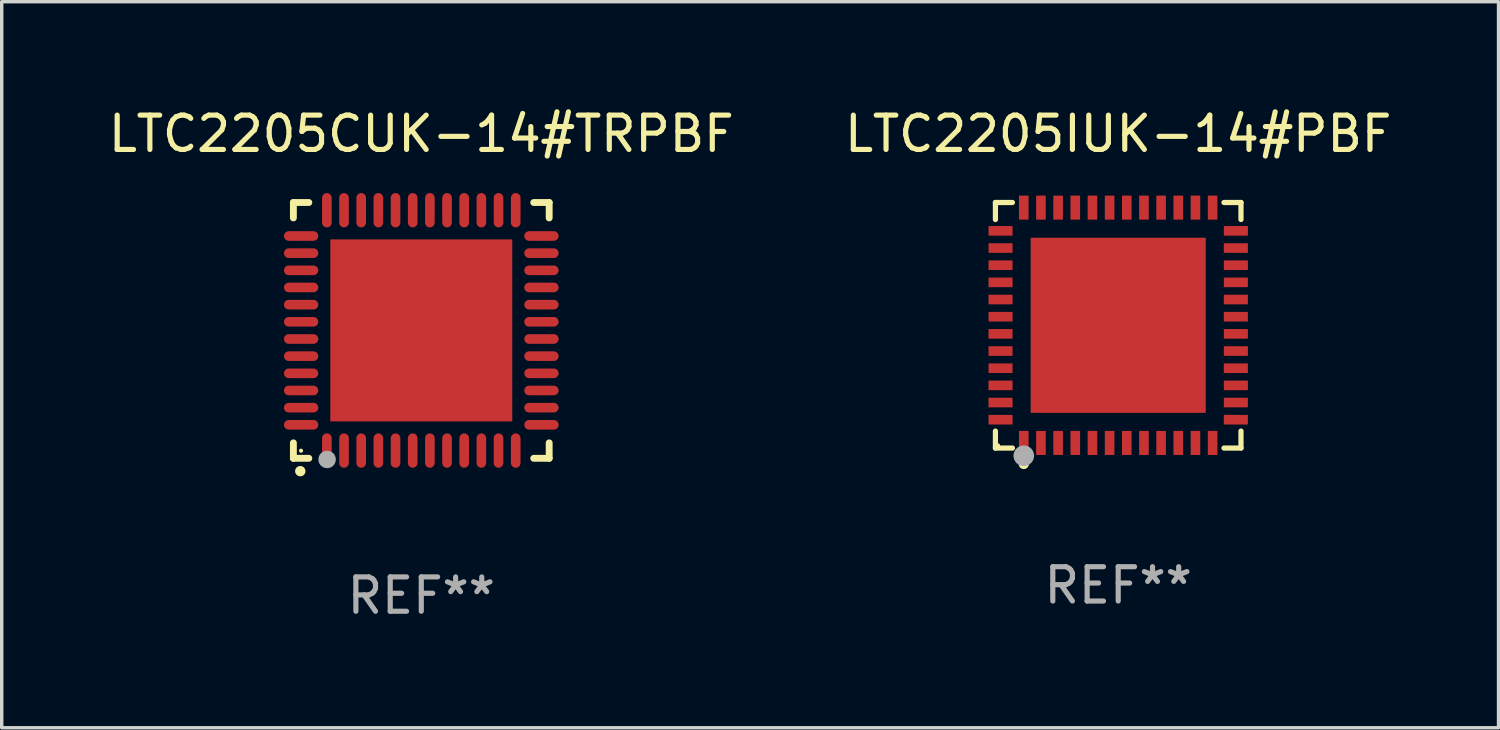
<source format=kicad_pcb>
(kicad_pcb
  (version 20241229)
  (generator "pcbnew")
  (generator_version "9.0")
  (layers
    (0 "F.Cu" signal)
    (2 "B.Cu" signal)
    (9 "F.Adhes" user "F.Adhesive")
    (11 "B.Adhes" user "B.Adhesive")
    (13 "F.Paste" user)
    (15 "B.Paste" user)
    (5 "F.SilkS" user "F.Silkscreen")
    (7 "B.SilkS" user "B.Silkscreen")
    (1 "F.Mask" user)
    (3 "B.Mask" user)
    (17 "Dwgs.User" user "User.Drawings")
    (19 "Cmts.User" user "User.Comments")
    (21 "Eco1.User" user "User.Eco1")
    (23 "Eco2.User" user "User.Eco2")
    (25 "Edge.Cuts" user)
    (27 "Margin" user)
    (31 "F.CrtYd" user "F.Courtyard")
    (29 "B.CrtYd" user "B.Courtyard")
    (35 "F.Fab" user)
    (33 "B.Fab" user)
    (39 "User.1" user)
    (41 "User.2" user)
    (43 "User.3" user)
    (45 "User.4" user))
  (footprint "LTC2205CUK-14#TRPBF"
    (layer "F.Cu")
    (at 9.22 6.573)
    (property "Reference" "LTC2205CUK-14#TRPBF" (at 0 -5.725 0) (layer "F.SilkS") (effects (font (size 1 1) (thickness 0.15))))
    (attr through_hole)
    (fp_line (start -3.725 -3.725) (end -3.275 -3.725) (stroke (width 0.2) (type solid)) (layer "F.SilkS"))
    (fp_line (start -3.725 -3.275) (end -3.725 -3.725) (stroke (width 0.2) (type solid)) (layer "F.SilkS"))
    (fp_line (start -3.725 3.725) (end -3.725 3.275) (stroke (width 0.2) (type solid)) (layer "F.SilkS"))
    (fp_line (start -3.275 3.725) (end -3.725 3.725) (stroke (width 0.2) (type solid)) (layer "F.SilkS"))
    (fp_line (start 3.275 3.725) (end 3.725 3.725) (stroke (width 0.2) (type solid)) (layer "F.SilkS"))
    (fp_line (start 3.725 -3.725) (end 3.275 -3.725) (stroke (width 0.2) (type solid)) (layer "F.SilkS"))
    (fp_line (start 3.725 -3.275) (end 3.725 -3.725) (stroke (width 0.2) (type solid)) (layer "F.SilkS"))
    (fp_line (start 3.725 3.725) (end 3.725 3.275) (stroke (width 0.2) (type solid)) (layer "F.SilkS"))
    (fp_arc (start -3.525527 4.099568) (mid -3.524257 4.099563) (end -3.522987 4.099568) (stroke (width 0.3) (type solid)) (layer "F.SilkS"))
    (fp_circle (center -3.502 3.504) (end -3.472 3.504) (stroke (width 0.06) (type solid)) (fill no) (layer "F.SilkS"))
    (fp_circle (center -2.743 3.759) (end -2.616 3.759) (stroke (width 0.254) (type solid)) (fill no) (layer "F.Fab"))
    (fp_text user "REF**" (at 0 7.725 0) (layer "F.Fab") (effects (font (size 1 1) (thickness 0.15))))
    (pad "1" smd oval (at -2.75 3.5) (size 0.28 1) (layers "F.Cu" "F.Mask" "F.Paste"))
    (pad "2" smd oval (at -2.25 3.5) (size 0.28 1) (layers "F.Cu" "F.Mask" "F.Paste"))
    (pad "3" smd oval (at -1.75 3.5) (size 0.28 1) (layers "F.Cu" "F.Mask" "F.Paste"))
    (pad "4" smd oval (at -1.25 3.5) (size 0.28 1) (layers "F.Cu" "F.Mask" "F.Paste"))
    (pad "5" smd oval (at -0.75 3.5) (size 0.28 1) (layers "F.Cu" "F.Mask" "F.Paste"))
    (pad "6" smd oval (at -0.25 3.5) (size 0.28 1) (layers "F.Cu" "F.Mask" "F.Paste"))
    (pad "7" smd oval (at 0.25 3.5) (size 0.28 1) (layers "F.Cu" "F.Mask" "F.Paste"))
    (pad "8" smd oval (at 0.75 3.5) (size 0.28 1) (layers "F.Cu" "F.Mask" "F.Paste"))
    (pad "9" smd oval (at 1.25 3.5) (size 0.28 1) (layers "F.Cu" "F.Mask" "F.Paste"))
    (pad "10" smd oval (at 1.75 3.5) (size 0.28 1) (layers "F.Cu" "F.Mask" "F.Paste"))
    (pad "11" smd oval (at 2.25 3.5) (size 0.28 1) (layers "F.Cu" "F.Mask" "F.Paste"))
    (pad "12" smd oval (at 2.75 3.5) (size 0.28 1) (layers "F.Cu" "F.Mask" "F.Paste"))
    (pad "13" smd oval (at 3.5 2.75) (size 1 0.28) (layers "F.Cu" "F.Mask" "F.Paste"))
    (pad "14" smd oval (at 3.5 2.25) (size 1 0.28) (layers "F.Cu" "F.Mask" "F.Paste"))
    (pad "15" smd oval (at 3.5 1.75) (size 1 0.28) (layers "F.Cu" "F.Mask" "F.Paste"))
    (pad "16" smd oval (at 3.5 1.25) (size 1 0.28) (layers "F.Cu" "F.Mask" "F.Paste"))
    (pad "17" smd oval (at 3.5 0.75) (size 1 0.28) (layers "F.Cu" "F.Mask" "F.Paste"))
    (pad "18" smd oval (at 3.5 0.25) (size 1 0.28) (layers "F.Cu" "F.Mask" "F.Paste"))
    (pad "19" smd oval (at 3.5 -0.25) (size 1 0.28) (layers "F.Cu" "F.Mask" "F.Paste"))
    (pad "20" smd oval (at 3.5 -0.75) (size 1 0.28) (layers "F.Cu" "F.Mask" "F.Paste"))
    (pad "21" smd oval (at 3.5 -1.25) (size 1 0.28) (layers "F.Cu" "F.Mask" "F.Paste"))
    (pad "22" smd oval (at 3.5 -1.75) (size 1 0.28) (layers "F.Cu" "F.Mask" "F.Paste"))
    (pad "23" smd oval (at 3.5 -2.25) (size 1 0.28) (layers "F.Cu" "F.Mask" "F.Paste"))
    (pad "24" smd oval (at 3.5 -2.75) (size 1 0.28) (layers "F.Cu" "F.Mask" "F.Paste"))
    (pad "25" smd oval (at 2.75 -3.5) (size 0.28 1) (layers "F.Cu" "F.Mask" "F.Paste"))
    (pad "26" smd oval (at 2.25 -3.5) (size 0.28 1) (layers "F.Cu" "F.Mask" "F.Paste"))
    (pad "27" smd oval (at 1.75 -3.5) (size 0.28 1) (layers "F.Cu" "F.Mask" "F.Paste"))
    (pad "28" smd oval (at 1.25 -3.5) (size 0.28 1) (layers "F.Cu" "F.Mask" "F.Paste"))
    (pad "29" smd oval (at 0.75 -3.5) (size 0.28 1) (layers "F.Cu" "F.Mask" "F.Paste"))
    (pad "30" smd oval (at 0.25 -3.5) (size 0.28 1) (layers "F.Cu" "F.Mask" "F.Paste"))
    (pad "31" smd oval (at -0.25 -3.5) (size 0.28 1) (layers "F.Cu" "F.Mask" "F.Paste"))
    (pad "32" smd oval (at -0.75 -3.5) (size 0.28 1) (layers "F.Cu" "F.Mask" "F.Paste"))
    (pad "33" smd oval (at -1.25 -3.5) (size 0.28 1) (layers "F.Cu" "F.Mask" "F.Paste"))
    (pad "34" smd oval (at -1.75 -3.5) (size 0.28 1) (layers "F.Cu" "F.Mask" "F.Paste"))
    (pad "35" smd oval (at -2.25 -3.5) (size 0.28 1) (layers "F.Cu" "F.Mask" "F.Paste"))
    (pad "36" smd oval (at -2.75 -3.5) (size 0.28 1) (layers "F.Cu" "F.Mask" "F.Paste"))
    (pad "37" smd oval (at -3.5 -2.75) (size 1 0.28) (layers "F.Cu" "F.Mask" "F.Paste"))
    (pad "38" smd oval (at -3.5 -2.25) (size 1 0.28) (layers "F.Cu" "F.Mask" "F.Paste"))
    (pad "39" smd oval (at -3.5 -1.75) (size 1 0.28) (layers "F.Cu" "F.Mask" "F.Paste"))
    (pad "40" smd oval (at -3.5 -1.25) (size 1 0.28) (layers "F.Cu" "F.Mask" "F.Paste"))
    (pad "41" smd oval (at -3.5 -0.75) (size 1 0.28) (layers "F.Cu" "F.Mask" "F.Paste"))
    (pad "42" smd oval (at -3.5 -0.25) (size 1 0.28) (layers "F.Cu" "F.Mask" "F.Paste"))
    (pad "43" smd oval (at -3.5 0.25) (size 1 0.28) (layers "F.Cu" "F.Mask" "F.Paste"))
    (pad "44" smd oval (at -3.5 0.75) (size 1 0.28) (layers "F.Cu" "F.Mask" "F.Paste"))
    (pad "45" smd oval (at -3.5 1.25) (size 1 0.28) (layers "F.Cu" "F.Mask" "F.Paste"))
    (pad "46" smd oval (at -3.5 1.75) (size 1 0.28) (layers "F.Cu" "F.Mask" "F.Paste"))
    (pad "47" smd oval (at -3.5 2.25) (size 1 0.28) (layers "F.Cu" "F.Mask" "F.Paste"))
    (pad "48" smd oval (at -3.5 2.75) (size 1 0.28) (layers "F.Cu" "F.Mask" "F.Paste"))
    (pad "49" smd rect (at 0 0) (size 5.3 5.3) (layers "F.Cu" "F.Mask" "F.Paste")))
  (footprint "LTC2205IUK-14#PBF"
    (layer "F.Cu")
    (at 29.518 6.424)
    (property "Reference" "LTC2205IUK-14#PBF" (at 0 -5.576 0) (layer "F.SilkS") (effects (font (size 1 1) (thickness 0.15))))
    (attr through_hole)
    (fp_line (start -3.576 -3.576) (end -3.081 -3.576) (stroke (width 0.152) (type solid)) (layer "F.SilkS"))
    (fp_line (start -3.576 -3.081) (end -3.576 -3.576) (stroke (width 0.152) (type solid)) (layer "F.SilkS"))
    (fp_line (start -3.576 3.081) (end -3.576 3.576) (stroke (width 0.152) (type solid)) (layer "F.SilkS"))
    (fp_line (start -3.576 3.576) (end -3.081 3.576) (stroke (width 0.152) (type solid)) (layer "F.SilkS"))
    (fp_line (start 3.576 -3.576) (end 3.081 -3.576) (stroke (width 0.152) (type solid)) (layer "F.SilkS"))
    (fp_line (start 3.576 -3.081) (end 3.576 -3.576) (stroke (width 0.152) (type solid)) (layer "F.SilkS"))
    (fp_line (start 3.576 3.081) (end 3.576 3.576) (stroke (width 0.152) (type solid)) (layer "F.SilkS"))
    (fp_line (start 3.576 3.576) (end 3.081 3.576) (stroke (width 0.152) (type solid)) (layer "F.SilkS"))
    (fp_circle (center -3.5 3.5) (end -3.47 3.5) (stroke (width 0.06) (type solid)) (fill no) (layer "F.SilkS"))
    (fp_circle (center -2.75 4.04) (end -2.675 4.04) (stroke (width 0.15) (type solid)) (fill no) (layer "F.SilkS"))
    (fp_circle (center -2.75 3.8) (end -2.6 3.8) (stroke (width 0.3) (type solid)) (fill no) (layer "F.Fab"))
    (fp_text user "REF**" (at 0 7.576 0) (layer "F.Fab") (effects (font (size 1 1) (thickness 0.15))))
    (pad "1" smd rect (at -2.75 3.427) (size 0.28 0.7) (layers "F.Cu" "F.Mask" "F.Paste"))
    (pad "2" smd rect (at -2.25 3.427) (size 0.28 0.7) (layers "F.Cu" "F.Mask" "F.Paste"))
    (pad "3" smd rect (at -1.75 3.427) (size 0.28 0.7) (layers "F.Cu" "F.Mask" "F.Paste"))
    (pad "4" smd rect (at -1.25 3.427) (size 0.28 0.7) (layers "F.Cu" "F.Mask" "F.Paste"))
    (pad "5" smd rect (at -0.75 3.427) (size 0.28 0.7) (layers "F.Cu" "F.Mask" "F.Paste"))
    (pad "6" smd rect (at -0.25 3.427) (size 0.28 0.7) (layers "F.Cu" "F.Mask" "F.Paste"))
    (pad "7" smd rect (at 0.25 3.427) (size 0.28 0.7) (layers "F.Cu" "F.Mask" "F.Paste"))
    (pad "8" smd rect (at 0.75 3.427) (size 0.28 0.7) (layers "F.Cu" "F.Mask" "F.Paste"))
    (pad "9" smd rect (at 1.25 3.427) (size 0.28 0.7) (layers "F.Cu" "F.Mask" "F.Paste"))
    (pad "10" smd rect (at 1.75 3.427) (size 0.28 0.7) (layers "F.Cu" "F.Mask" "F.Paste"))
    (pad "11" smd rect (at 2.25 3.427) (size 0.28 0.7) (layers "F.Cu" "F.Mask" "F.Paste"))
    (pad "12" smd rect (at 2.75 3.427) (size 0.28 0.7) (layers "F.Cu" "F.Mask" "F.Paste"))
    (pad "13" smd rect (at 3.427 2.75) (size 0.7 0.28) (layers "F.Cu" "F.Mask" "F.Paste"))
    (pad "14" smd rect (at 3.427 2.25) (size 0.7 0.28) (layers "F.Cu" "F.Mask" "F.Paste"))
    (pad "15" smd rect (at 3.427 1.75) (size 0.7 0.28) (layers "F.Cu" "F.Mask" "F.Paste"))
    (pad "16" smd rect (at 3.427 1.25) (size 0.7 0.28) (layers "F.Cu" "F.Mask" "F.Paste"))
    (pad "17" smd rect (at 3.427 0.75) (size 0.7 0.28) (layers "F.Cu" "F.Mask" "F.Paste"))
    (pad "18" smd rect (at 3.427 0.25) (size 0.7 0.28) (layers "F.Cu" "F.Mask" "F.Paste"))
    (pad "19" smd rect (at 3.427 -0.25) (size 0.7 0.28) (layers "F.Cu" "F.Mask" "F.Paste"))
    (pad "20" smd rect (at 3.427 -0.75) (size 0.7 0.28) (layers "F.Cu" "F.Mask" "F.Paste"))
    (pad "21" smd rect (at 3.427 -1.25) (size 0.7 0.28) (layers "F.Cu" "F.Mask" "F.Paste"))
    (pad "22" smd rect (at 3.427 -1.75) (size 0.7 0.28) (layers "F.Cu" "F.Mask" "F.Paste"))
    (pad "23" smd rect (at 3.427 -2.25) (size 0.7 0.28) (layers "F.Cu" "F.Mask" "F.Paste"))
    (pad "24" smd rect (at 3.427 -2.75) (size 0.7 0.28) (layers "F.Cu" "F.Mask" "F.Paste"))
    (pad "25" smd rect (at 2.75 -3.427) (size 0.28 0.7) (layers "F.Cu" "F.Mask" "F.Paste"))
    (pad "26" smd rect (at 2.25 -3.427) (size 0.28 0.7) (layers "F.Cu" "F.Mask" "F.Paste"))
    (pad "27" smd rect (at 1.75 -3.427) (size 0.28 0.7) (layers "F.Cu" "F.Mask" "F.Paste"))
    (pad "28" smd rect (at 1.25 -3.427) (size 0.28 0.7) (layers "F.Cu" "F.Mask" "F.Paste"))
    (pad "29" smd rect (at 0.75 -3.427) (size 0.28 0.7) (layers "F.Cu" "F.Mask" "F.Paste"))
    (pad "30" smd rect (at 0.25 -3.427) (size 0.28 0.7) (layers "F.Cu" "F.Mask" "F.Paste"))
    (pad "31" smd rect (at -0.25 -3.427) (size 0.28 0.7) (layers "F.Cu" "F.Mask" "F.Paste"))
    (pad "32" smd rect (at -0.75 -3.427) (size 0.28 0.7) (layers "F.Cu" "F.Mask" "F.Paste"))
    (pad "33" smd rect (at -1.25 -3.427) (size 0.28 0.7) (layers "F.Cu" "F.Mask" "F.Paste"))
    (pad "34" smd rect (at -1.75 -3.427) (size 0.28 0.7) (layers "F.Cu" "F.Mask" "F.Paste"))
    (pad "35" smd rect (at -2.25 -3.427) (size 0.28 0.7) (layers "F.Cu" "F.Mask" "F.Paste"))
    (pad "36" smd rect (at -2.75 -3.427) (size 0.28 0.7) (layers "F.Cu" "F.Mask" "F.Paste"))
    (pad "37" smd rect (at -3.427 -2.75) (size 0.7 0.28) (layers "F.Cu" "F.Mask" "F.Paste"))
    (pad "38" smd rect (at -3.427 -2.25) (size 0.7 0.28) (layers "F.Cu" "F.Mask" "F.Paste"))
    (pad "39" smd rect (at -3.427 -1.75) (size 0.7 0.28) (layers "F.Cu" "F.Mask" "F.Paste"))
    (pad "40" smd rect (at -3.427 -1.25) (size 0.7 0.28) (layers "F.Cu" "F.Mask" "F.Paste"))
    (pad "41" smd rect (at -3.427 -0.75) (size 0.7 0.28) (layers "F.Cu" "F.Mask" "F.Paste"))
    (pad "42" smd rect (at -3.427 -0.25) (size 0.7 0.28) (layers "F.Cu" "F.Mask" "F.Paste"))
    (pad "43" smd rect (at -3.427 0.25) (size 0.7 0.28) (layers "F.Cu" "F.Mask" "F.Paste"))
    (pad "44" smd rect (at -3.427 0.75) (size 0.7 0.28) (layers "F.Cu" "F.Mask" "F.Paste"))
    (pad "45" smd rect (at -3.427 1.25) (size 0.7 0.28) (layers "F.Cu" "F.Mask" "F.Paste"))
    (pad "46" smd rect (at -3.427 1.75) (size 0.7 0.28) (layers "F.Cu" "F.Mask" "F.Paste"))
    (pad "47" smd rect (at -3.427 2.25) (size 0.7 0.28) (layers "F.Cu" "F.Mask" "F.Paste"))
    (pad "48" smd rect (at -3.427 2.75) (size 0.7 0.28) (layers "F.Cu" "F.Mask" "F.Paste"))
    (pad "49" smd rect (at 0 0) (size 5.1 5.1) (layers "F.Cu" "F.Mask" "F.Paste")))
  (gr_rect
    (start -3 -3)
    (end 40.595 18.146)
    (stroke (width 0.1) (type default))
    (fill no)
    (layer "Edge.Cuts")))
</source>
